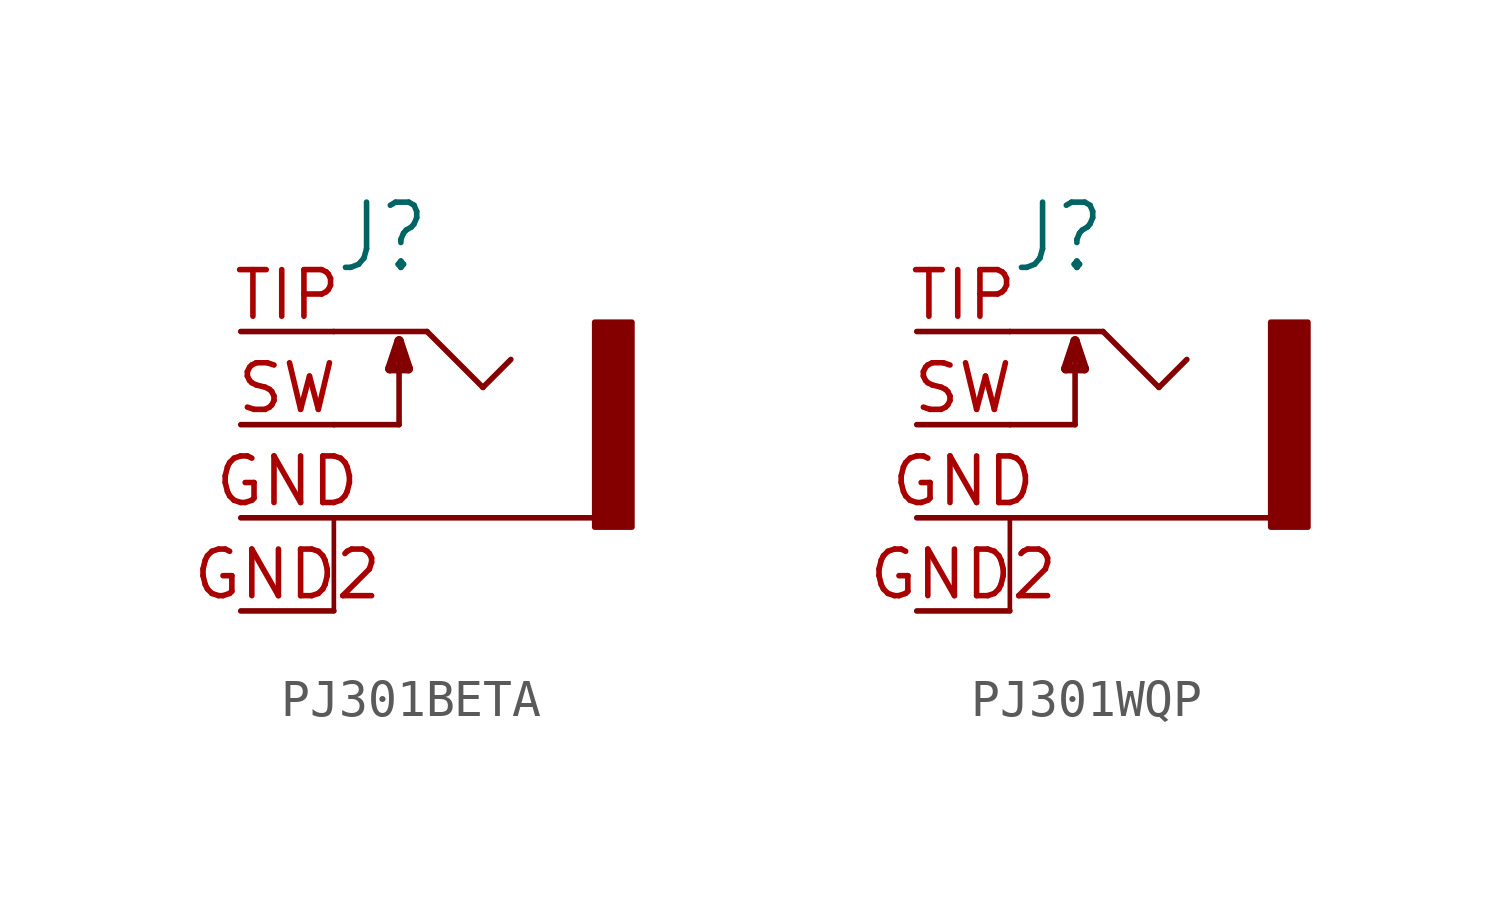
<source format=kicad_sym>
(kicad_symbol_lib
  (version 20231120)
  (generator "kicad_symbol_editor")
  (generator_version "8.0")
  (symbol "PJ301BETA"
    (property "Reference" "J"
      (at -2.54 4.064 0)
      (effects (font (size 1.778 1.511)) (justify left bottom)))
    (property "ki_locked" ""
      (at 0 0 0)
      (effects (font (size 1.27 1.27))))
    (symbol "PJ301BETA_1_0"
      (polyline (pts (xy -2.54 -5.08) (xy -2.54 -2.54)) (stroke (width 0.127) (type solid)) (fill (type none)))
      (polyline (pts (xy -2.54 -2.54) (xy 4.572 -2.54)) (stroke (width 0.152) (type solid)) (fill (type none)))
      (polyline (pts (xy -2.54 0) (xy -0.762 0)) (stroke (width 0.152) (type solid)) (fill (type none)))
      (polyline (pts (xy -2.54 2.54) (xy 0 2.54)) (stroke (width 0.152) (type solid)) (fill (type none)))
      (polyline (pts (xy -1.016 1.524) (xy -0.508 1.524)) (stroke (width 0.254) (type solid)) (fill (type none)))
      (polyline (pts (xy -0.762 0) (xy -0.762 2.286)) (stroke (width 0.152) (type solid)) (fill (type none)))
      (polyline (pts (xy -0.762 2.286) (xy -1.016 1.524)) (stroke (width 0.254) (type solid)) (fill (type none)))
      (polyline (pts (xy -0.508 1.524) (xy -0.762 2.286)) (stroke (width 0.254) (type solid)) (fill (type none)))
      (polyline (pts (xy 0 2.54) (xy 1.524 1.016)) (stroke (width 0.152) (type solid)) (fill (type none)))
      (polyline (pts (xy 1.524 1.016) (xy 2.286 1.778)) (stroke (width 0.152) (type solid)) (fill (type none)))
      (rectangle (start 4.572 2.794) (end 5.588 -2.794) (stroke (width 0) (type default)) (fill (type outline)))
      (pin passive line (at -5.08 -2.54 0) (length 2.54) (name "1" (effects (font (size 0 0)))) (number "GND" (effects (font (size 1.27 1.27)))))
      (pin passive line (at -5.08 -5.08 0) (length 2.54) (name "4" (effects (font (size 0 0)))) (number "GND2" (effects (font (size 1.27 1.27)))))
      (pin passive line (at -5.08 0 0) (length 2.54) (name "3" (effects (font (size 0 0)))) (number "SW" (effects (font (size 1.27 1.27)))))
      (pin passive line (at -5.08 2.54 0) (length 2.54) (name "2" (effects (font (size 0 0)))) (number "TIP" (effects (font (size 1.27 1.27)))))))
  (symbol "PJ301WQP"
    (property "Reference" "J"
      (at -2.54 4.064 0)
      (effects (font (size 1.778 1.511)) (justify left bottom)))
    (property "ki_locked" ""
      (at 0 0 0)
      (effects (font (size 1.27 1.27))))
    (symbol "PJ301WQP_1_0"
      (polyline (pts (xy -2.54 -5.08) (xy -2.54 -2.54)) (stroke (width 0.127) (type solid)) (fill (type none)))
      (polyline (pts (xy -2.54 -2.54) (xy 4.572 -2.54)) (stroke (width 0.152) (type solid)) (fill (type none)))
      (polyline (pts (xy -2.54 0) (xy -0.762 0)) (stroke (width 0.152) (type solid)) (fill (type none)))
      (polyline (pts (xy -2.54 2.54) (xy 0 2.54)) (stroke (width 0.152) (type solid)) (fill (type none)))
      (polyline (pts (xy -1.016 1.524) (xy -0.508 1.524)) (stroke (width 0.254) (type solid)) (fill (type none)))
      (polyline (pts (xy -0.762 0) (xy -0.762 2.286)) (stroke (width 0.152) (type solid)) (fill (type none)))
      (polyline (pts (xy -0.762 2.286) (xy -1.016 1.524)) (stroke (width 0.254) (type solid)) (fill (type none)))
      (polyline (pts (xy -0.508 1.524) (xy -0.762 2.286)) (stroke (width 0.254) (type solid)) (fill (type none)))
      (polyline (pts (xy 0 2.54) (xy 1.524 1.016)) (stroke (width 0.152) (type solid)) (fill (type none)))
      (polyline (pts (xy 1.524 1.016) (xy 2.286 1.778)) (stroke (width 0.152) (type solid)) (fill (type none)))
      (rectangle (start 4.572 2.794) (end 5.588 -2.794) (stroke (width 0) (type default)) (fill (type outline)))
      (pin passive line (at -5.08 -2.54 0) (length 2.54) (name "1" (effects (font (size 0 0)))) (number "GND" (effects (font (size 1.27 1.27)))))
      (pin passive line (at -5.08 -5.08 0) (length 2.54) (name "4" (effects (font (size 0 0)))) (number "GND2" (effects (font (size 1.27 1.27)))))
      (pin passive line (at -5.08 0 0) (length 2.54) (name "3" (effects (font (size 0 0)))) (number "SW" (effects (font (size 1.27 1.27)))))
      (pin passive line (at -5.08 2.54 0) (length 2.54) (name "2" (effects (font (size 0 0)))) (number "TIP" (effects (font (size 1.27 1.27))))))))
</source>
